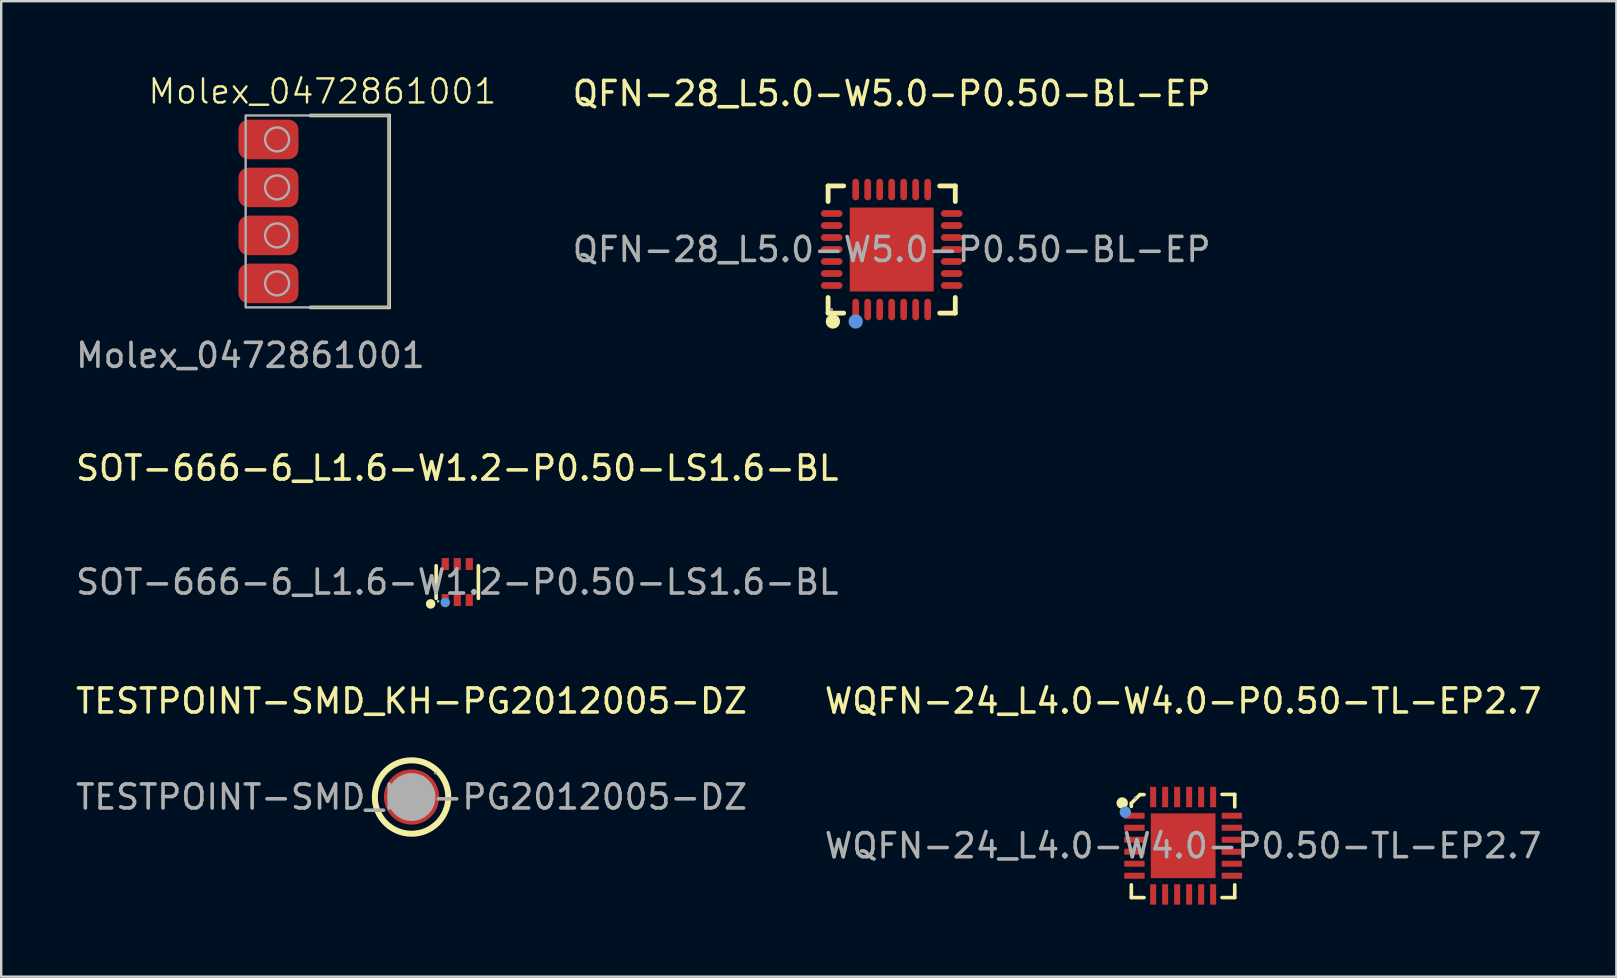
<source format=kicad_pcb>
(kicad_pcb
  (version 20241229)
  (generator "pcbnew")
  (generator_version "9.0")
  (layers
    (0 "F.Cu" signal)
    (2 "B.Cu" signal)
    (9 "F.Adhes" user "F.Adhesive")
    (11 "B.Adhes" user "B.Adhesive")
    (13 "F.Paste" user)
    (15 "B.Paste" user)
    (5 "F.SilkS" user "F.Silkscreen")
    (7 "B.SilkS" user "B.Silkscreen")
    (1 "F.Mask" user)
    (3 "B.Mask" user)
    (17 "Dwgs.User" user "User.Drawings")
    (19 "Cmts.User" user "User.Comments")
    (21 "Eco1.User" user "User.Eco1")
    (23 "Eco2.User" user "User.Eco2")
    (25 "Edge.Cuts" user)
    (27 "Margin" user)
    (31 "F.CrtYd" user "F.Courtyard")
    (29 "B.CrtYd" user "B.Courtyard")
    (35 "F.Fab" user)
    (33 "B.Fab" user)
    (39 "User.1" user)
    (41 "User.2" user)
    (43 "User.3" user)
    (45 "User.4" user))
  (footprint "QFN-28_L5.0-W5.0-P0.50-BL-EP"
    (layer "F.Cu")
    (at 34.11 7.348)
    (property "Reference" "QFN-28_L5.0-W5.0-P0.50-BL-EP" (at 0 -6.5 0) (layer "F.SilkS") (effects (font (size 1 1) (thickness 0.15))))
    (attr smd)
    (fp_line (start -2.65 -2.65) (end -2.65 -2) (stroke (width 0.2) (type solid)) (layer "F.SilkS"))
    (fp_line (start -2.65 2.65) (end -2.65 2) (stroke (width 0.2) (type solid)) (layer "F.SilkS"))
    (fp_line (start -2 -2.65) (end -2.65 -2.65) (stroke (width 0.2) (type solid)) (layer "F.SilkS"))
    (fp_line (start -2 2.65) (end -2.65 2.65) (stroke (width 0.2) (type solid)) (layer "F.SilkS"))
    (fp_line (start 2 2.65) (end 2.65 2.65) (stroke (width 0.2) (type solid)) (layer "F.SilkS"))
    (fp_line (start 2.65 -2.65) (end 2 -2.65) (stroke (width 0.2) (type solid)) (layer "F.SilkS"))
    (fp_line (start 2.65 -2) (end 2.65 -2.65) (stroke (width 0.2) (type solid)) (layer "F.SilkS"))
    (fp_line (start 2.65 2.65) (end 2.65 2) (stroke (width 0.2) (type solid)) (layer "F.SilkS"))
    (fp_arc (start -2.45 3) (mid -2.45 3) (end -2.45 3) (stroke (width 0.3) (type solid)) (layer "F.SilkS"))
    (fp_circle (center -1.5 3) (end -1.35 3) (stroke (width 0.3) (type solid)) (fill no) (layer "Cmts.User"))
    (fp_circle (center -2.5 2.5) (end -2.47 2.5) (stroke (width 0.06) (type solid)) (fill no) (layer "F.Fab"))
    (fp_text user "${REFERENCE}" (at 0 0 0) (layer "F.Fab") (effects (font (size 1 1) (thickness 0.15))))
    (pad "1" smd oval (at -1.5 2.5 180) (size 0.28 0.9) (layers "F.Cu" "F.Mask" "F.Paste"))
    (pad "2" smd oval (at -1 2.5 180) (size 0.28 0.9) (layers "F.Cu" "F.Mask" "F.Paste"))
    (pad "3" smd oval (at -0.5 2.5 180) (size 0.28 0.9) (layers "F.Cu" "F.Mask" "F.Paste"))
    (pad "4" smd oval (at 0 2.5 180) (size 0.28 0.9) (layers "F.Cu" "F.Mask" "F.Paste"))
    (pad "5" smd oval (at 0.5 2.5 180) (size 0.28 0.9) (layers "F.Cu" "F.Mask" "F.Paste"))
    (pad "6" smd oval (at 1 2.5 180) (size 0.28 0.9) (layers "F.Cu" "F.Mask" "F.Paste"))
    (pad "7" smd oval (at 1.5 2.5 180) (size 0.28 0.9) (layers "F.Cu" "F.Mask" "F.Paste"))
    (pad "8" smd oval (at 2.5 1.5 90) (size 0.28 0.9) (layers "F.Cu" "F.Mask" "F.Paste"))
    (pad "9" smd oval (at 2.5 1 90) (size 0.28 0.9) (layers "F.Cu" "F.Mask" "F.Paste"))
    (pad "10" smd oval (at 2.5 0.5 90) (size 0.28 0.9) (layers "F.Cu" "F.Mask" "F.Paste"))
    (pad "11" smd oval (at 2.5 0 90) (size 0.28 0.9) (layers "F.Cu" "F.Mask" "F.Paste"))
    (pad "12" smd oval (at 2.5 -0.5 90) (size 0.28 0.9) (layers "F.Cu" "F.Mask" "F.Paste"))
    (pad "13" smd oval (at 2.5 -1 90) (size 0.28 0.9) (layers "F.Cu" "F.Mask" "F.Paste"))
    (pad "14" smd oval (at 2.5 -1.5 90) (size 0.28 0.9) (layers "F.Cu" "F.Mask" "F.Paste"))
    (pad "15" smd oval (at 1.5 -2.5 180) (size 0.28 0.9) (layers "F.Cu" "F.Mask" "F.Paste"))
    (pad "16" smd oval (at 1 -2.5 180) (size 0.28 0.9) (layers "F.Cu" "F.Mask" "F.Paste"))
    (pad "17" smd oval (at 0.5 -2.5 180) (size 0.28 0.9) (layers "F.Cu" "F.Mask" "F.Paste"))
    (pad "18" smd oval (at 0 -2.5 180) (size 0.28 0.9) (layers "F.Cu" "F.Mask" "F.Paste"))
    (pad "19" smd oval (at -0.5 -2.5 180) (size 0.28 0.9) (layers "F.Cu" "F.Mask" "F.Paste"))
    (pad "20" smd oval (at -1 -2.5 180) (size 0.28 0.9) (layers "F.Cu" "F.Mask" "F.Paste"))
    (pad "21" smd oval (at -1.5 -2.5 180) (size 0.28 0.9) (layers "F.Cu" "F.Mask" "F.Paste"))
    (pad "22" smd oval (at -2.5 -1.5 90) (size 0.28 0.9) (layers "F.Cu" "F.Mask" "F.Paste"))
    (pad "23" smd oval (at -2.5 -1 90) (size 0.28 0.9) (layers "F.Cu" "F.Mask" "F.Paste"))
    (pad "24" smd oval (at -2.5 -0.5 90) (size 0.28 0.9) (layers "F.Cu" "F.Mask" "F.Paste"))
    (pad "25" smd oval (at -2.5 0 90) (size 0.28 0.9) (layers "F.Cu" "F.Mask" "F.Paste"))
    (pad "26" smd oval (at -2.5 0.5 90) (size 0.28 0.9) (layers "F.Cu" "F.Mask" "F.Paste"))
    (pad "27" smd oval (at -2.5 1 90) (size 0.28 0.9) (layers "F.Cu" "F.Mask" "F.Paste"))
    (pad "28" smd oval (at -2.5 1.5 90) (size 0.28 0.9) (layers "F.Cu" "F.Mask" "F.Paste"))
    (pad "29" smd rect (at 0 0 90) (size 3.5 3.5) (layers "F.Cu" "F.Mask" "F.Paste")))
  (footprint "SOT-666-6_L1.6-W1.2-P0.50-LS1.6-BL"
    (layer "F.Cu")
    (at 16.006 21.207)
    (property "Reference" "SOT-666-6_L1.6-W1.2-P0.50-LS1.6-BL" (at 0 -4.75 0) (layer "F.SilkS") (effects (font (size 1 1) (thickness 0.15))))
    (attr smd)
    (fp_line (start -0.88 0.68) (end -0.88 -0.68) (stroke (width 0.15) (type solid)) (layer "F.SilkS"))
    (fp_line (start 0.88 0.68) (end 0.88 -0.68) (stroke (width 0.15) (type solid)) (layer "F.SilkS"))
    (fp_circle (center -1.11 0.91) (end -1.01 0.91) (stroke (width 0.2) (type solid)) (fill no) (layer "F.SilkS"))
    (fp_circle (center -0.5 0.85) (end -0.4 0.85) (stroke (width 0.2) (type solid)) (fill no) (layer "Cmts.User"))
    (fp_circle (center -0.8 0.8) (end -0.77 0.8) (stroke (width 0.06) (type solid)) (fill no) (layer "F.Fab"))
    (fp_text user "${REFERENCE}" (at 0 0 0) (layer "F.Fab") (effects (font (size 1 1) (thickness 0.15))))
    (pad "1" smd rect (at -0.5 0.75) (size 0.3 0.5) (layers "F.Cu" "F.Mask" "F.Paste"))
    (pad "2" smd rect (at 0 0.75) (size 0.3 0.5) (layers "F.Cu" "F.Mask" "F.Paste"))
    (pad "3" smd rect (at 0.5 0.75) (size 0.3 0.5) (layers "F.Cu" "F.Mask" "F.Paste"))
    (pad "4" smd rect (at 0.5 -0.75) (size 0.3 0.5) (layers "F.Cu" "F.Mask" "F.Paste"))
    (pad "5" smd rect (at 0 -0.75) (size 0.3 0.5) (layers "F.Cu" "F.Mask" "F.Paste"))
    (pad "6" smd rect (at -0.5 -0.75) (size 0.3 0.5) (layers "F.Cu" "F.Mask" "F.Paste")))
  (footprint "TESTPOINT-SMD_KH-PG2012005-DZ"
    (layer "F.Cu")
    (at 14.101 30.165)
    (property "Reference" "TESTPOINT-SMD_KH-PG2012005-DZ" (at 0 -4 0) (layer "F.SilkS") (effects (font (size 1 1) (thickness 0.15))))
    (attr smd)
    (fp_circle (center 0 0) (end 1.53 0) (stroke (width 0.25) (type solid)) (fill no) (layer "F.SilkS"))
    (fp_circle (center 0 0) (end 0.5 0) (stroke (width 1) (type solid)) (fill no) (layer "F.Fab"))
    (fp_circle (center 1 -1) (end 1.03 -1) (stroke (width 0.06) (type solid)) (fill no) (layer "F.Fab"))
    (fp_text user "${REFERENCE}" (at 0 0 0) (layer "F.Fab") (effects (font (size 1 1) (thickness 0.15))))
    (pad "1" smd circle (at 0 0) (size 2.3 2.3) (layers "F.Cu" "F.Mask" "F.Paste")))
  (footprint "Molex_0472861001"
    (layer "F.Cu")
    (at 6.887 5.761)
    (property "Reference" "Molex_0472861001" (at 3.5 -5 0) (unlocked yes) (layer "F.SilkS") (effects (font (size 1 1) (thickness 0.1))))
    (attr smd)
    (fp_line (start 6.28 -4) (end 3 -4) (stroke (width 0.15) (type default)) (layer "F.SilkS"))
    (fp_line (start 6.28 -4) (end 6.28 4) (stroke (width 0.15) (type default)) (layer "F.SilkS"))
    (fp_line (start 6.28 4) (end 3 4) (stroke (width 0.15) (type default)) (layer "F.SilkS"))
    (fp_rect (start 0.3 -4) (end 6.28 4) (stroke (width 0.1) (type default)) (fill no) (layer "F.Fab"))
    (fp_circle (center 1.61 -3) (end 2.11 -3) (stroke (width 0.1) (type solid)) (fill no) (layer "F.Fab"))
    (fp_circle (center 1.61 -1) (end 2.11 -1) (stroke (width 0.1) (type solid)) (fill no) (layer "F.Fab"))
    (fp_circle (center 1.61 1) (end 2.11 1) (stroke (width 0.1) (type solid)) (fill no) (layer "F.Fab"))
    (fp_circle (center 1.61 3) (end 2.11 3) (stroke (width 0.1) (type solid)) (fill no) (layer "F.Fab"))
    (fp_text user "${REFERENCE}" (at 0.5 6 0) (unlocked yes) (layer "F.Fab") (effects (font (size 1 1) (thickness 0.15))))
    (pad "1" smd roundrect (at 1.25 3) (size 2.5 1.65) (layers "F.Cu" "F.Mask" "F.Paste") (roundrect_rratio 0.25))
    (pad "2" smd roundrect (at 1.25 1) (size 2.5 1.65) (layers "F.Cu" "F.Mask" "F.Paste") (roundrect_rratio 0.25))
    (pad "3" smd roundrect (at 1.25 -1) (size 2.5 1.65) (layers "F.Cu" "F.Mask" "F.Paste") (roundrect_rratio 0.25))
    (pad "4" smd roundrect (at 1.25 -3) (size 2.5 1.65) (layers "F.Cu" "F.Mask" "F.Paste") (roundrect_rratio 0.25)))
  (footprint "WQFN-24_L4.0-W4.0-P0.50-TL-EP2.7"
    (layer "F.Cu")
    (at 46.256 32.195)
    (property "Reference" "WQFN-24_L4.0-W4.0-P0.50-TL-EP2.7" (at 0 -6.03 0) (layer "F.SilkS") (effects (font (size 1 1) (thickness 0.15))))
    (attr smd)
    (fp_line (start -2.16 -1.77) (end -2.16 -1.64) (stroke (width 0.15) (type solid)) (layer "F.SilkS"))
    (fp_line (start -2.16 2.16) (end -2.16 1.63) (stroke (width 0.15) (type solid)) (layer "F.SilkS"))
    (fp_line (start -1.8 -2.13) (end -2.16 -1.77) (stroke (width 0.15) (type solid)) (layer "F.SilkS"))
    (fp_line (start -1.63 -2.13) (end -1.8 -2.13) (stroke (width 0.15) (type solid)) (layer "F.SilkS"))
    (fp_line (start -1.63 2.16) (end -2.16 2.16) (stroke (width 0.15) (type solid)) (layer "F.SilkS"))
    (fp_line (start 1.62 -2.14) (end 2.15 -2.14) (stroke (width 0.15) (type solid)) (layer "F.SilkS"))
    (fp_line (start 1.62 2.16) (end 2.15 2.16) (stroke (width 0.15) (type solid)) (layer "F.SilkS"))
    (fp_line (start 2.15 -2.14) (end 2.15 -1.62) (stroke (width 0.15) (type solid)) (layer "F.SilkS"))
    (fp_line (start 2.15 2.16) (end 2.15 1.63) (stroke (width 0.15) (type solid)) (layer "F.SilkS"))
    (fp_circle (center -2.54 -1.78) (end -2.42 -1.78) (stroke (width 0.24) (type solid)) (fill no) (layer "F.SilkS"))
    (fp_circle (center -2.41 -1.4) (end -2.29 -1.4) (stroke (width 0.24) (type solid)) (fill no) (layer "Cmts.User"))
    (fp_circle (center -2 -2) (end -1.97 -2) (stroke (width 0.06) (type solid)) (fill no) (layer "F.Fab"))
    (fp_text user "${REFERENCE}" (at 0 0 0) (layer "F.Fab") (effects (font (size 1 1) (thickness 0.15))))
    (pad "1" smd rect (at -2.03 -1.25) (size 0.85 0.25) (layers "F.Cu" "F.Mask" "F.Paste"))
    (pad "2" smd rect (at -2.03 -0.75) (size 0.85 0.25) (layers "F.Cu" "F.Mask" "F.Paste"))
    (pad "3" smd rect (at -2.03 -0.25) (size 0.85 0.25) (layers "F.Cu" "F.Mask" "F.Paste"))
    (pad "4" smd rect (at -2.03 0.25) (size 0.85 0.25) (layers "F.Cu" "F.Mask" "F.Paste"))
    (pad "5" smd rect (at -2.03 0.75) (size 0.85 0.25) (layers "F.Cu" "F.Mask" "F.Paste"))
    (pad "6" smd rect (at -2.03 1.25) (size 0.85 0.25) (layers "F.Cu" "F.Mask" "F.Paste"))
    (pad "7" smd rect (at -1.25 2.03 90) (size 0.85 0.25) (layers "F.Cu" "F.Mask" "F.Paste"))
    (pad "8" smd rect (at -0.75 2.03 90) (size 0.85 0.25) (layers "F.Cu" "F.Mask" "F.Paste"))
    (pad "9" smd rect (at -0.25 2.03 90) (size 0.85 0.25) (layers "F.Cu" "F.Mask" "F.Paste"))
    (pad "10" smd rect (at 0.25 2.03 90) (size 0.85 0.25) (layers "F.Cu" "F.Mask" "F.Paste"))
    (pad "11" smd rect (at 0.75 2.03 90) (size 0.85 0.25) (layers "F.Cu" "F.Mask" "F.Paste"))
    (pad "12" smd rect (at 1.25 2.03 90) (size 0.85 0.25) (layers "F.Cu" "F.Mask" "F.Paste"))
    (pad "13" smd rect (at 2.03 1.25) (size 0.85 0.25) (layers "F.Cu" "F.Mask" "F.Paste"))
    (pad "14" smd rect (at 2.03 0.75) (size 0.85 0.25) (layers "F.Cu" "F.Mask" "F.Paste"))
    (pad "15" smd rect (at 2.03 0.25) (size 0.85 0.25) (layers "F.Cu" "F.Mask" "F.Paste"))
    (pad "16" smd rect (at 2.03 -0.25) (size 0.85 0.25) (layers "F.Cu" "F.Mask" "F.Paste"))
    (pad "17" smd rect (at 2.03 -0.75) (size 0.85 0.25) (layers "F.Cu" "F.Mask" "F.Paste"))
    (pad "18" smd rect (at 2.03 -1.25) (size 0.85 0.25) (layers "F.Cu" "F.Mask" "F.Paste"))
    (pad "19" smd rect (at 1.25 -2.03 90) (size 0.85 0.25) (layers "F.Cu" "F.Mask" "F.Paste"))
    (pad "20" smd rect (at 0.75 -2.03 90) (size 0.85 0.25) (layers "F.Cu" "F.Mask" "F.Paste"))
    (pad "21" smd rect (at 0.25 -2.03 90) (size 0.85 0.25) (layers "F.Cu" "F.Mask" "F.Paste"))
    (pad "22" smd rect (at -0.25 -2.03 90) (size 0.85 0.25) (layers "F.Cu" "F.Mask" "F.Paste"))
    (pad "23" smd rect (at -0.75 -2.03 90) (size 0.85 0.25) (layers "F.Cu" "F.Mask" "F.Paste"))
    (pad "24" smd rect (at -1.25 -2.03 90) (size 0.85 0.25) (layers "F.Cu" "F.Mask" "F.Paste"))
    (pad "25" smd rect (at 0 0) (size 2.7 2.7) (layers "F.Cu" "F.Mask" "F.Paste")))
  (gr_rect
    (start -3 -3)
    (end 64.31 37.65)
    (stroke (width 0.1) (type default))
    (fill no)
    (layer "Edge.Cuts")))
</source>
